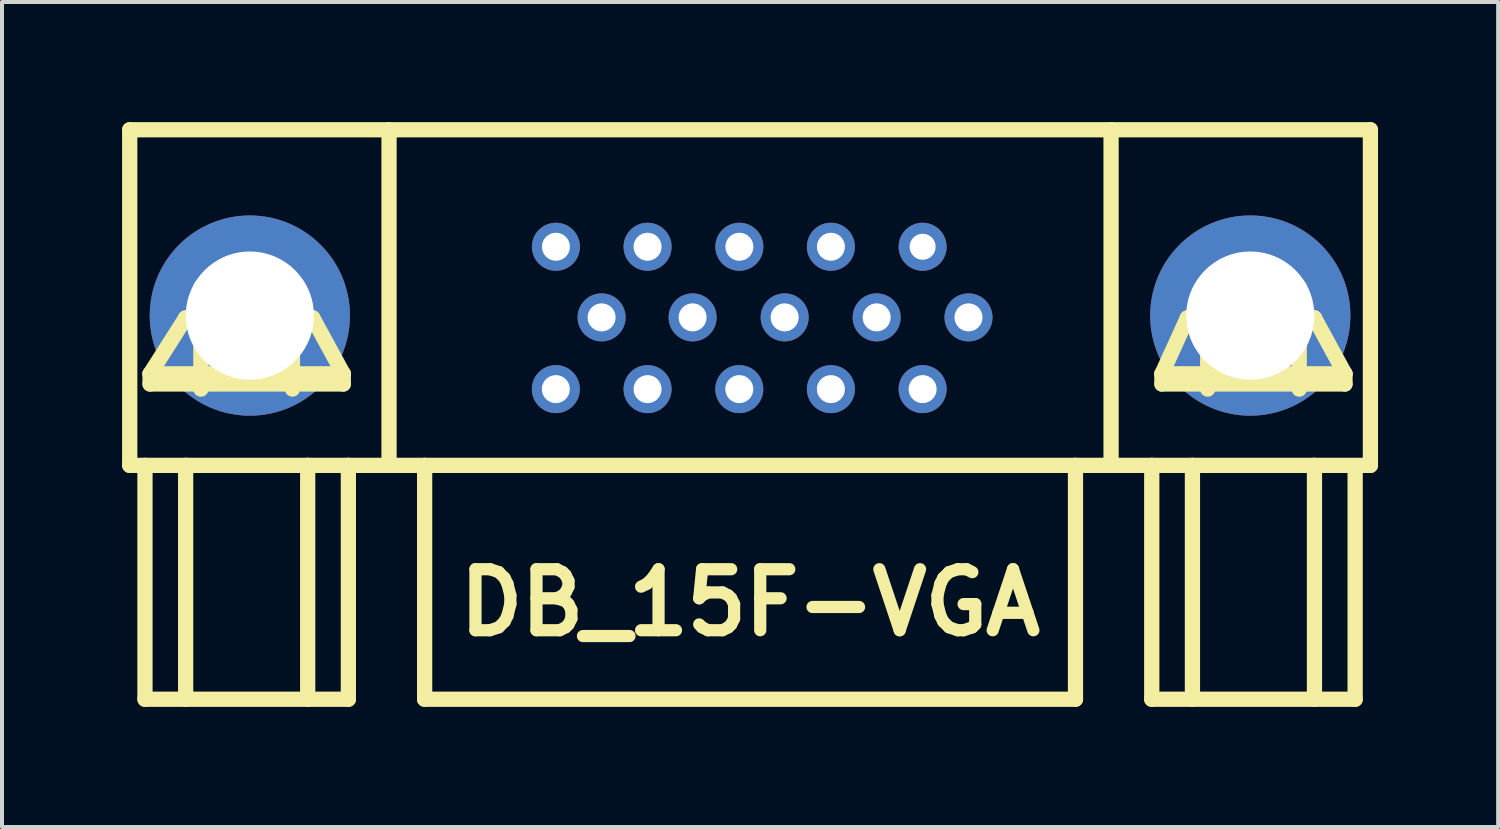
<source format=kicad_pcb>
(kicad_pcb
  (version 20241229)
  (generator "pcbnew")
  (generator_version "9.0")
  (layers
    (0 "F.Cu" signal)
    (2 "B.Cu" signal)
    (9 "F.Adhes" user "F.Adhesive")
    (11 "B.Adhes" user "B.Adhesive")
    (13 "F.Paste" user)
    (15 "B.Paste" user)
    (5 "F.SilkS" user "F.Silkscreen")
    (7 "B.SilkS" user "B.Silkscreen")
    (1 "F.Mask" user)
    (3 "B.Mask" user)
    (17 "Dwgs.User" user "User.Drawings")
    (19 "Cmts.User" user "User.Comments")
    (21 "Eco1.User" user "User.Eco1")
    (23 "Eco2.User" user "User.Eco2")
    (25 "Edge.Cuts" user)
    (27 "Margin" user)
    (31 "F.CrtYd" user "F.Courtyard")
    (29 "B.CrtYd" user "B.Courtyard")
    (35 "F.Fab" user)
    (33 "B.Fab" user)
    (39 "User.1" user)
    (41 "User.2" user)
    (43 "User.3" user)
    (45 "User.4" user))
  (footprint "DB_15F-VGA"
    (layer "F.Cu")
    (at 15.684 7.303)
    (property "Reference" "DB_15F-VGA" (at 0 4.699 0) (layer "F.SilkS") (effects (font (size 1.524 1.524) (thickness 0.305))))
    (attr through_hole)
    (fp_line (start -15.494 1.27) (end -15.494 -7.112) (stroke (width 0.381) (type solid)) (layer "F.SilkS"))
    (fp_line (start -15.494 1.27) (end 15.494 1.27) (stroke (width 0.381) (type solid)) (layer "F.SilkS"))
    (fp_line (start -15.113 1.27) (end -15.113 7.112) (stroke (width 0.381) (type solid)) (layer "F.SilkS"))
    (fp_line (start -15.113 7.112) (end -10.033 7.112) (stroke (width 0.381) (type solid)) (layer "F.SilkS"))
    (fp_line (start -14.986 -1.016) (end -14.986 -0.762) (stroke (width 0.381) (type solid)) (layer "F.SilkS"))
    (fp_line (start -14.986 -0.762) (end -10.16 -0.762) (stroke (width 0.381) (type solid)) (layer "F.SilkS"))
    (fp_line (start -14.097 -2.413) (end -14.986 -1.016) (stroke (width 0.381) (type solid)) (layer "F.SilkS"))
    (fp_line (start -14.097 -2.413) (end -10.922 -2.413) (stroke (width 0.381) (type solid)) (layer "F.SilkS"))
    (fp_line (start -14.097 1.27) (end -14.097 7.112) (stroke (width 0.381) (type solid)) (layer "F.SilkS"))
    (fp_line (start -13.716 -3.175) (end -11.43 -3.175) (stroke (width 0.381) (type solid)) (layer "F.SilkS"))
    (fp_line (start -13.716 -0.635) (end -13.716 -3.175) (stroke (width 0.381) (type solid)) (layer "F.SilkS"))
    (fp_line (start -11.43 -3.175) (end -11.43 -0.635) (stroke (width 0.381) (type solid)) (layer "F.SilkS"))
    (fp_line (start -11.049 1.27) (end -11.049 7.112) (stroke (width 0.381) (type solid)) (layer "F.SilkS"))
    (fp_line (start -10.922 -2.413) (end -10.16 -1.016) (stroke (width 0.381) (type solid)) (layer "F.SilkS"))
    (fp_line (start -10.16 -1.016) (end -14.986 -1.016) (stroke (width 0.381) (type solid)) (layer "F.SilkS"))
    (fp_line (start -10.16 -0.762) (end -10.16 -1.016) (stroke (width 0.381) (type solid)) (layer "F.SilkS"))
    (fp_line (start -10.033 1.27) (end -10.033 7.112) (stroke (width 0.381) (type solid)) (layer "F.SilkS"))
    (fp_line (start -9.017 -7.112) (end -9.017 1.245) (stroke (width 0.381) (type solid)) (layer "F.SilkS"))
    (fp_line (start -8.128 1.27) (end -8.128 7.112) (stroke (width 0.381) (type solid)) (layer "F.SilkS"))
    (fp_line (start -8.128 7.112) (end 8.128 7.112) (stroke (width 0.381) (type solid)) (layer "F.SilkS"))
    (fp_line (start 8.128 7.112) (end 8.128 1.27) (stroke (width 0.381) (type solid)) (layer "F.SilkS"))
    (fp_line (start 9.017 1.245) (end 9.017 -7.112) (stroke (width 0.381) (type solid)) (layer "F.SilkS"))
    (fp_line (start 10.033 1.27) (end 10.033 7.112) (stroke (width 0.381) (type solid)) (layer "F.SilkS"))
    (fp_line (start 10.033 7.112) (end 15.113 7.112) (stroke (width 0.381) (type solid)) (layer "F.SilkS"))
    (fp_line (start 10.287 -1.016) (end 10.287 -0.762) (stroke (width 0.381) (type solid)) (layer "F.SilkS"))
    (fp_line (start 10.287 -0.762) (end 14.859 -0.762) (stroke (width 0.381) (type solid)) (layer "F.SilkS"))
    (fp_line (start 10.922 -2.413) (end 10.287 -1.016) (stroke (width 0.381) (type solid)) (layer "F.SilkS"))
    (fp_line (start 10.922 -2.413) (end 14.097 -2.413) (stroke (width 0.381) (type solid)) (layer "F.SilkS"))
    (fp_line (start 11.049 1.27) (end 11.049 7.112) (stroke (width 0.381) (type solid)) (layer "F.SilkS"))
    (fp_line (start 11.43 -3.175) (end 13.716 -3.175) (stroke (width 0.381) (type solid)) (layer "F.SilkS"))
    (fp_line (start 11.43 -0.635) (end 11.43 -3.175) (stroke (width 0.381) (type solid)) (layer "F.SilkS"))
    (fp_line (start 13.716 -3.175) (end 13.716 -0.635) (stroke (width 0.381) (type solid)) (layer "F.SilkS"))
    (fp_line (start 14.097 -2.413) (end 14.859 -1.016) (stroke (width 0.381) (type solid)) (layer "F.SilkS"))
    (fp_line (start 14.097 1.27) (end 14.097 7.112) (stroke (width 0.381) (type solid)) (layer "F.SilkS"))
    (fp_line (start 14.859 -1.016) (end 10.287 -1.016) (stroke (width 0.381) (type solid)) (layer "F.SilkS"))
    (fp_line (start 14.859 -0.762) (end 14.859 -1.016) (stroke (width 0.381) (type solid)) (layer "F.SilkS"))
    (fp_line (start 15.113 7.112) (end 15.113 1.397) (stroke (width 0.381) (type solid)) (layer "F.SilkS"))
    (fp_line (start 15.494 -7.112) (end -15.494 -7.112) (stroke (width 0.381) (type solid)) (layer "F.SilkS"))
    (fp_line (start 15.494 -7.112) (end 15.494 1.27) (stroke (width 0.381) (type solid)) (layer "F.SilkS"))
    (pad "" thru_hole circle (at -12.494 -2.471) (size 5.001 5.001) (drill 3.2) (layers "*.Cu" "*.Mask"))
    (pad "" thru_hole circle (at 12.494 -2.471) (size 5.001 5.001) (drill 3.2) (layers "*.Cu" "*.Mask"))
    (pad "1" thru_hole circle (at 4.31 -4.19) (size 1.199 1.199) (drill 0.65) (layers "*.Cu" "*.Mask"))
    (pad "2" thru_hole circle (at 2.019 -4.19) (size 1.199 1.199) (drill 0.7) (layers "*.Cu" "*.Mask"))
    (pad "3" thru_hole circle (at -0.267 -4.19) (size 1.199 1.199) (drill 0.7) (layers "*.Cu" "*.Mask"))
    (pad "4" thru_hole circle (at -2.56 -4.19) (size 1.199 1.199) (drill 0.7) (layers "*.Cu" "*.Mask"))
    (pad "5" thru_hole circle (at -4.849 -4.19) (size 1.199 1.199) (drill 0.7) (layers "*.Cu" "*.Mask"))
    (pad "6" thru_hole circle (at 5.456 -2.426) (size 1.199 1.199) (drill 0.7) (layers "*.Cu" "*.Mask"))
    (pad "7" thru_hole circle (at 3.162 -2.426) (size 1.199 1.199) (drill 0.7) (layers "*.Cu" "*.Mask"))
    (pad "8" thru_hole circle (at 0.864 -2.426) (size 1.199 1.199) (drill 0.7) (layers "*.Cu" "*.Mask"))
    (pad "9" thru_hole circle (at -1.435 -2.426) (size 1.199 1.199) (drill 0.7) (layers "*.Cu" "*.Mask"))
    (pad "10" thru_hole circle (at -3.708 -2.426) (size 1.199 1.199) (drill 0.7) (layers "*.Cu" "*.Mask"))
    (pad "11" thru_hole circle (at 4.31 -0.634) (size 1.199 1.199) (drill 0.7) (layers "*.Cu" "*.Mask"))
    (pad "12" thru_hole circle (at 2.019 -0.634) (size 1.199 1.199) (drill 0.7) (layers "*.Cu" "*.Mask"))
    (pad "13" thru_hole circle (at -0.269 -0.634) (size 1.199 1.199) (drill 0.7) (layers "*.Cu" "*.Mask"))
    (pad "14" thru_hole circle (at -2.56 -0.634) (size 1.199 1.199) (drill 0.7) (layers "*.Cu" "*.Mask"))
    (pad "15" thru_hole circle (at -4.851 -0.634) (size 1.199 1.199) (drill 0.7) (layers "*.Cu" "*.Mask")))
  (gr_rect
    (start -3 -3)
    (end 34.369 17.605)
    (stroke (width 0.1) (type default))
    (fill no)
    (layer "Edge.Cuts")))
</source>
